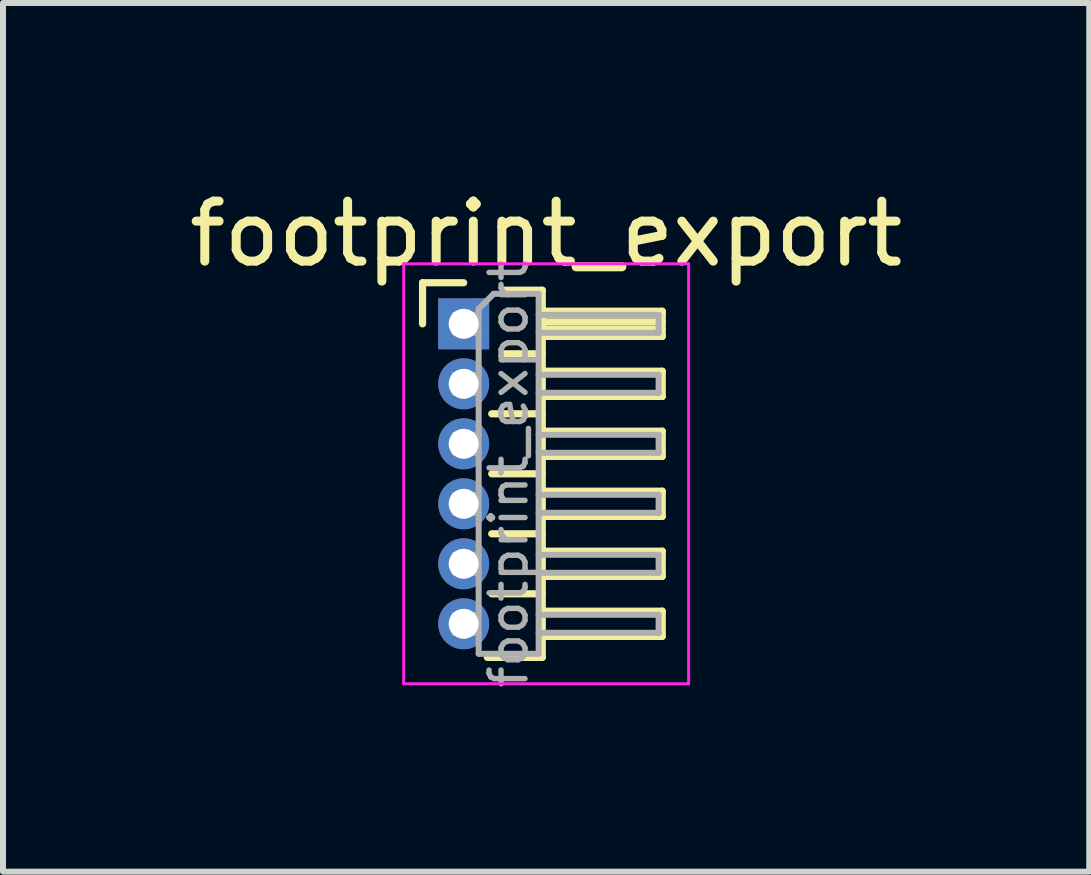
<source format=kicad_pcb>
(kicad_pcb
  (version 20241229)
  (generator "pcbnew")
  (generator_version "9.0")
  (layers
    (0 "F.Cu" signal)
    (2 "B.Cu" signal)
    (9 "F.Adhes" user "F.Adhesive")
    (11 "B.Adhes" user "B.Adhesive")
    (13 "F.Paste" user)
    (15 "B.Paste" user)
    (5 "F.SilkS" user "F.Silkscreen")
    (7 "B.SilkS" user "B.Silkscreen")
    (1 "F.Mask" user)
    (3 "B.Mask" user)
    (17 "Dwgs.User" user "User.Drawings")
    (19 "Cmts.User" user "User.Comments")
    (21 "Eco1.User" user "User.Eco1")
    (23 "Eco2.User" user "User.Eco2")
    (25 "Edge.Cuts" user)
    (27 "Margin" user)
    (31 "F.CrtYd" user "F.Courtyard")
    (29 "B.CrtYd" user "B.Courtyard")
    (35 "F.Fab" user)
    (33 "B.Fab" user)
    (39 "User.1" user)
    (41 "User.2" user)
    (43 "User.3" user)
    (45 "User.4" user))
  (footprint "footprint_export"
    (layer "F.Cu")
    (at 4.679 2.348)
    (property "Reference" "footprint_export" (at 1.375 -1.5 0) (layer "F.SilkS") (effects (font (size 1 1) (thickness 0.15))))
    (attr through_hole)
    (fp_line (start -0.685 -0.685) (end 0 -0.685) (stroke (width 0.12) (type solid)) (layer "F.SilkS"))
    (fp_line (start -0.685 0) (end -0.685 -0.685) (stroke (width 0.12) (type solid)) (layer "F.SilkS"))
    (fp_line (start 0.468 1.5) (end 1.31 1.5) (stroke (width 0.12) (type solid)) (layer "F.SilkS"))
    (fp_line (start 0.468 2.5) (end 1.31 2.5) (stroke (width 0.12) (type solid)) (layer "F.SilkS"))
    (fp_line (start 0.468 3.5) (end 1.31 3.5) (stroke (width 0.12) (type solid)) (layer "F.SilkS"))
    (fp_line (start 0.468 4.5) (end 1.31 4.5) (stroke (width 0.12) (type solid)) (layer "F.SilkS"))
    (fp_line (start 0.685 -0.56) (end 1.31 -0.56) (stroke (width 0.12) (type solid)) (layer "F.SilkS"))
    (fp_line (start 0.685 0.5) (end 1.31 0.5) (stroke (width 0.12) (type solid)) (layer "F.SilkS"))
    (fp_line (start 1.31 -0.56) (end 1.31 5.56) (stroke (width 0.12) (type solid)) (layer "F.SilkS"))
    (fp_line (start 1.31 -0.21) (end 3.31 -0.21) (stroke (width 0.12) (type solid)) (layer "F.SilkS"))
    (fp_line (start 1.31 -0.15) (end 3.31 -0.15) (stroke (width 0.12) (type solid)) (layer "F.SilkS"))
    (fp_line (start 1.31 -0.03) (end 3.31 -0.03) (stroke (width 0.12) (type solid)) (layer "F.SilkS"))
    (fp_line (start 1.31 0.09) (end 3.31 0.09) (stroke (width 0.12) (type solid)) (layer "F.SilkS"))
    (fp_line (start 1.31 0.79) (end 3.31 0.79) (stroke (width 0.12) (type solid)) (layer "F.SilkS"))
    (fp_line (start 1.31 1.79) (end 3.31 1.79) (stroke (width 0.12) (type solid)) (layer "F.SilkS"))
    (fp_line (start 1.31 2.79) (end 3.31 2.79) (stroke (width 0.12) (type solid)) (layer "F.SilkS"))
    (fp_line (start 1.31 3.79) (end 3.31 3.79) (stroke (width 0.12) (type solid)) (layer "F.SilkS"))
    (fp_line (start 1.31 4.79) (end 3.31 4.79) (stroke (width 0.12) (type solid)) (layer "F.SilkS"))
    (fp_line (start 1.31 5.56) (end 0.394 5.56) (stroke (width 0.12) (type solid)) (layer "F.SilkS"))
    (fp_line (start 3.31 -0.21) (end 3.31 0.21) (stroke (width 0.12) (type solid)) (layer "F.SilkS"))
    (fp_line (start 3.31 0.21) (end 1.31 0.21) (stroke (width 0.12) (type solid)) (layer "F.SilkS"))
    (fp_line (start 3.31 0.79) (end 3.31 1.21) (stroke (width 0.12) (type solid)) (layer "F.SilkS"))
    (fp_line (start 3.31 1.21) (end 1.31 1.21) (stroke (width 0.12) (type solid)) (layer "F.SilkS"))
    (fp_line (start 3.31 1.79) (end 3.31 2.21) (stroke (width 0.12) (type solid)) (layer "F.SilkS"))
    (fp_line (start 3.31 2.21) (end 1.31 2.21) (stroke (width 0.12) (type solid)) (layer "F.SilkS"))
    (fp_line (start 3.31 2.79) (end 3.31 3.21) (stroke (width 0.12) (type solid)) (layer "F.SilkS"))
    (fp_line (start 3.31 3.21) (end 1.31 3.21) (stroke (width 0.12) (type solid)) (layer "F.SilkS"))
    (fp_line (start 3.31 3.79) (end 3.31 4.21) (stroke (width 0.12) (type solid)) (layer "F.SilkS"))
    (fp_line (start 3.31 4.21) (end 1.31 4.21) (stroke (width 0.12) (type solid)) (layer "F.SilkS"))
    (fp_line (start 3.31 4.79) (end 3.31 5.21) (stroke (width 0.12) (type solid)) (layer "F.SilkS"))
    (fp_line (start 3.31 5.21) (end 1.31 5.21) (stroke (width 0.12) (type solid)) (layer "F.SilkS"))
    (fp_line (start -1 -1) (end -1 6) (stroke (width 0.05) (type solid)) (layer "F.CrtYd"))
    (fp_line (start -1 6) (end 3.75 6) (stroke (width 0.05) (type solid)) (layer "F.CrtYd"))
    (fp_line (start 3.75 -1) (end -1 -1) (stroke (width 0.05) (type solid)) (layer "F.CrtYd"))
    (fp_line (start 3.75 6) (end 3.75 -1) (stroke (width 0.05) (type solid)) (layer "F.CrtYd"))
    (fp_line (start -0.15 -0.15) (end -0.15 0.15) (stroke (width 0.1) (type solid)) (layer "F.Fab"))
    (fp_line (start -0.15 -0.15) (end 0.25 -0.15) (stroke (width 0.1) (type solid)) (layer "F.Fab"))
    (fp_line (start -0.15 0.15) (end 0.25 0.15) (stroke (width 0.1) (type solid)) (layer "F.Fab"))
    (fp_line (start -0.15 0.85) (end -0.15 1.15) (stroke (width 0.1) (type solid)) (layer "F.Fab"))
    (fp_line (start -0.15 0.85) (end 0.25 0.85) (stroke (width 0.1) (type solid)) (layer "F.Fab"))
    (fp_line (start -0.15 1.15) (end 0.25 1.15) (stroke (width 0.1) (type solid)) (layer "F.Fab"))
    (fp_line (start -0.15 1.85) (end -0.15 2.15) (stroke (width 0.1) (type solid)) (layer "F.Fab"))
    (fp_line (start -0.15 1.85) (end 0.25 1.85) (stroke (width 0.1) (type solid)) (layer "F.Fab"))
    (fp_line (start -0.15 2.15) (end 0.25 2.15) (stroke (width 0.1) (type solid)) (layer "F.Fab"))
    (fp_line (start -0.15 2.85) (end -0.15 3.15) (stroke (width 0.1) (type solid)) (layer "F.Fab"))
    (fp_line (start -0.15 2.85) (end 0.25 2.85) (stroke (width 0.1) (type solid)) (layer "F.Fab"))
    (fp_line (start -0.15 3.15) (end 0.25 3.15) (stroke (width 0.1) (type solid)) (layer "F.Fab"))
    (fp_line (start -0.15 3.85) (end -0.15 4.15) (stroke (width 0.1) (type solid)) (layer "F.Fab"))
    (fp_line (start -0.15 3.85) (end 0.25 3.85) (stroke (width 0.1) (type solid)) (layer "F.Fab"))
    (fp_line (start -0.15 4.15) (end 0.25 4.15) (stroke (width 0.1) (type solid)) (layer "F.Fab"))
    (fp_line (start -0.15 4.85) (end -0.15 5.15) (stroke (width 0.1) (type solid)) (layer "F.Fab"))
    (fp_line (start -0.15 4.85) (end 0.25 4.85) (stroke (width 0.1) (type solid)) (layer "F.Fab"))
    (fp_line (start -0.15 5.15) (end 0.25 5.15) (stroke (width 0.1) (type solid)) (layer "F.Fab"))
    (fp_line (start 0.25 -0.25) (end 0.5 -0.5) (stroke (width 0.1) (type solid)) (layer "F.Fab"))
    (fp_line (start 0.25 5.5) (end 0.25 -0.25) (stroke (width 0.1) (type solid)) (layer "F.Fab"))
    (fp_line (start 0.5 -0.5) (end 1.25 -0.5) (stroke (width 0.1) (type solid)) (layer "F.Fab"))
    (fp_line (start 1.25 -0.5) (end 1.25 5.5) (stroke (width 0.1) (type solid)) (layer "F.Fab"))
    (fp_line (start 1.25 -0.15) (end 3.25 -0.15) (stroke (width 0.1) (type solid)) (layer "F.Fab"))
    (fp_line (start 1.25 0.15) (end 3.25 0.15) (stroke (width 0.1) (type solid)) (layer "F.Fab"))
    (fp_line (start 1.25 0.85) (end 3.25 0.85) (stroke (width 0.1) (type solid)) (layer "F.Fab"))
    (fp_line (start 1.25 1.15) (end 3.25 1.15) (stroke (width 0.1) (type solid)) (layer "F.Fab"))
    (fp_line (start 1.25 1.85) (end 3.25 1.85) (stroke (width 0.1) (type solid)) (layer "F.Fab"))
    (fp_line (start 1.25 2.15) (end 3.25 2.15) (stroke (width 0.1) (type solid)) (layer "F.Fab"))
    (fp_line (start 1.25 2.85) (end 3.25 2.85) (stroke (width 0.1) (type solid)) (layer "F.Fab"))
    (fp_line (start 1.25 3.15) (end 3.25 3.15) (stroke (width 0.1) (type solid)) (layer "F.Fab"))
    (fp_line (start 1.25 3.85) (end 3.25 3.85) (stroke (width 0.1) (type solid)) (layer "F.Fab"))
    (fp_line (start 1.25 4.15) (end 3.25 4.15) (stroke (width 0.1) (type solid)) (layer "F.Fab"))
    (fp_line (start 1.25 4.85) (end 3.25 4.85) (stroke (width 0.1) (type solid)) (layer "F.Fab"))
    (fp_line (start 1.25 5.15) (end 3.25 5.15) (stroke (width 0.1) (type solid)) (layer "F.Fab"))
    (fp_line (start 1.25 5.5) (end 0.25 5.5) (stroke (width 0.1) (type solid)) (layer "F.Fab"))
    (fp_line (start 3.25 -0.15) (end 3.25 0.15) (stroke (width 0.1) (type solid)) (layer "F.Fab"))
    (fp_line (start 3.25 0.85) (end 3.25 1.15) (stroke (width 0.1) (type solid)) (layer "F.Fab"))
    (fp_line (start 3.25 1.85) (end 3.25 2.15) (stroke (width 0.1) (type solid)) (layer "F.Fab"))
    (fp_line (start 3.25 2.85) (end 3.25 3.15) (stroke (width 0.1) (type solid)) (layer "F.Fab"))
    (fp_line (start 3.25 3.85) (end 3.25 4.15) (stroke (width 0.1) (type solid)) (layer "F.Fab"))
    (fp_line (start 3.25 4.85) (end 3.25 5.15) (stroke (width 0.1) (type solid)) (layer "F.Fab"))
    (fp_text user "${REFERENCE}" (at 0.75 2.5 90) (layer "F.Fab") (effects (font (size 0.6 0.6) (thickness 0.09))))
    (pad "1" thru_hole rect (at 0 0) (size 0.85 0.85) (drill 0.5) (layers "*.Cu" "*.Mask"))
    (pad "2" thru_hole oval (at 0 1) (size 0.85 0.85) (drill 0.5) (layers "*.Cu" "*.Mask"))
    (pad "3" thru_hole oval (at 0 2) (size 0.85 0.85) (drill 0.5) (layers "*.Cu" "*.Mask"))
    (pad "4" thru_hole oval (at 0 3) (size 0.85 0.85) (drill 0.5) (layers "*.Cu" "*.Mask"))
    (pad "5" thru_hole oval (at 0 4) (size 0.85 0.85) (drill 0.5) (layers "*.Cu" "*.Mask"))
    (pad "6" thru_hole oval (at 0 5) (size 0.85 0.85) (drill 0.5) (layers "*.Cu" "*.Mask")))
  (gr_rect
    (start -3 -3)
    (end 15.107 11.48)
    (stroke (width 0.1) (type default))
    (fill no)
    (layer "Edge.Cuts")))
</source>
